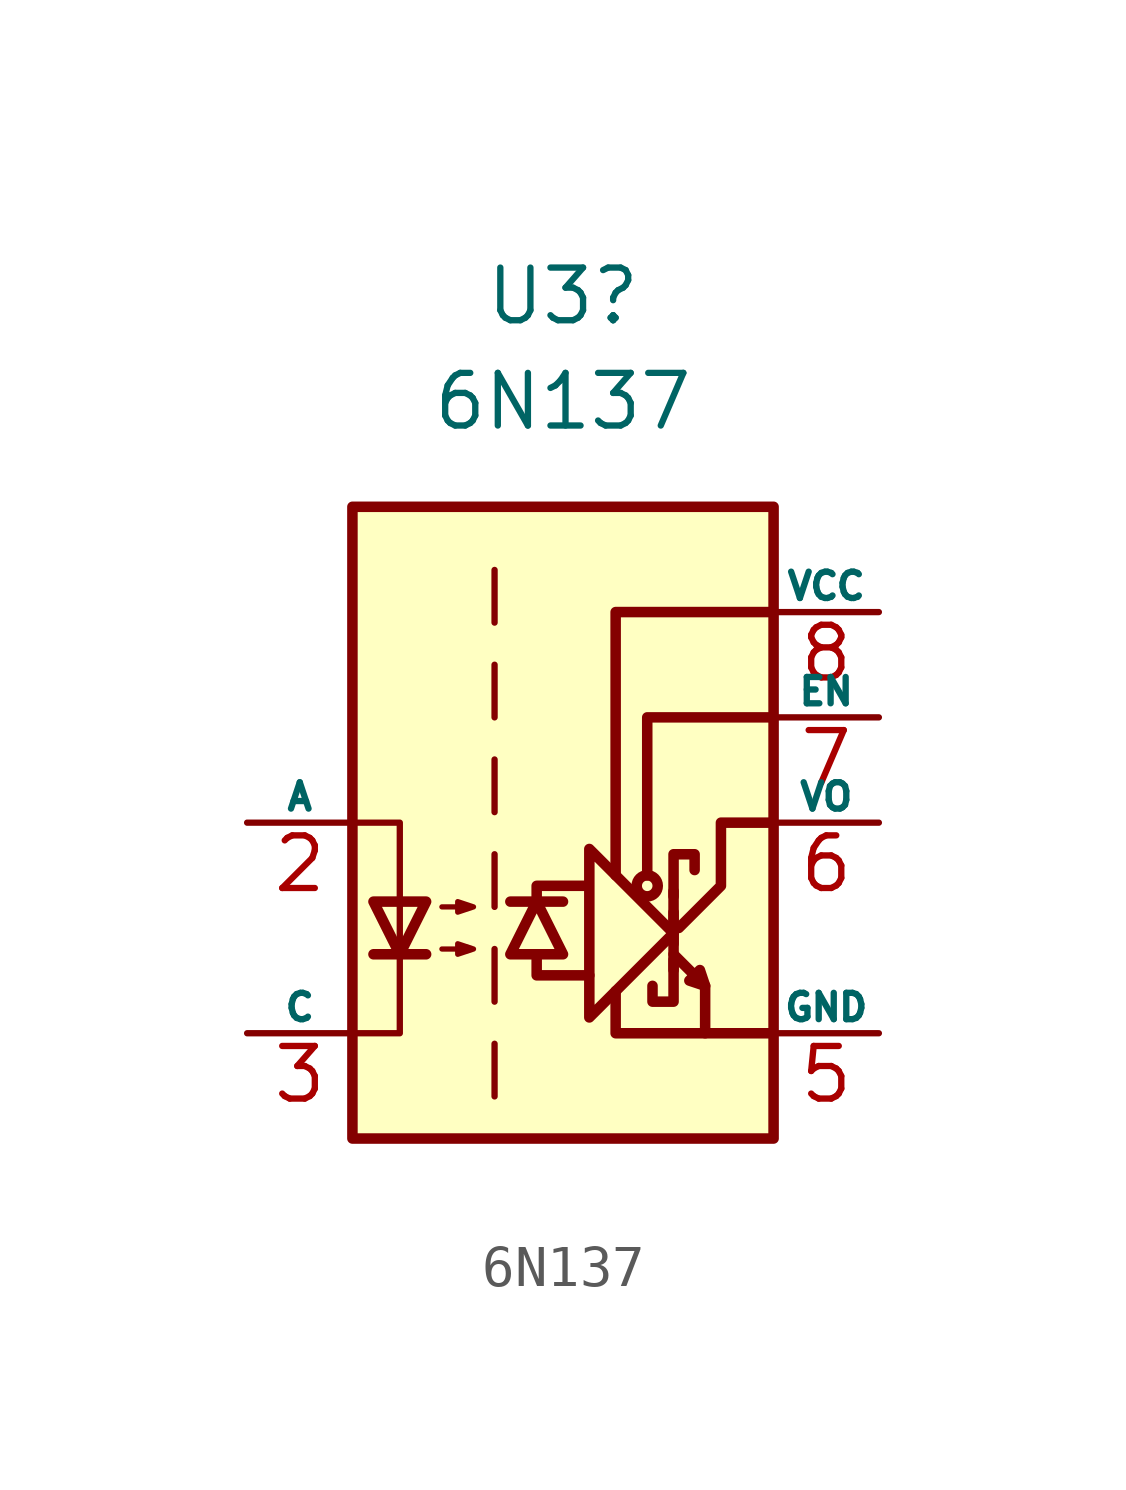
<source format=kicad_sym>
(kicad_symbol_lib
  (version 20211014)
  (generator kicad_symbol_editor)
  (symbol "6N137"
    (pin_names
      (offset 0))
    (property "Reference" "U3"
      (at 0 12.7 0)
      (effects (font (size 1.27 1.27))))
    (property "Value" "6N137"
      (at 0 10.16 0)
      (effects (font (size 1.27 1.27))))
    (symbol "6N137_0_1"
      (polyline (pts (xy 2.667 -3.556) (xy 2.667 -1.651)) (stroke (width 0.254) (type default) (color 0 0 0 0)) (fill (type none)))
      (polyline (pts (xy 2.667 -2.159) (xy 2.667 -2.921)) (stroke (width 0.254) (type default) (color 0 0 0 0)) (fill (type none)))
      (polyline (pts (xy 3.429 -3.937) (xy 3.429 -5.08)) (stroke (width 0.254) (type default) (color 0 0 0 0)) (fill (type none)))
      (polyline (pts (xy -0.635 -3.302) (xy -0.635 -3.683) (xy 0.635 -3.683)) (stroke (width 0.254) (type default) (color 0 0 0 0)) (fill (type none)))
      (polyline (pts (xy -0.635 -1.905) (xy -0.635 -1.524) (xy 0.508 -1.524)) (stroke (width 0.254) (type default) (color 0 0 0 0)) (fill (type none)))
      (polyline (pts (xy 1.27 -4.064) (xy 1.27 -5.08) (xy 5.08 -5.08)) (stroke (width 0.254) (type default) (color 0 0 0 0)) (fill (type none)))
      (polyline (pts (xy 1.27 -1.27) (xy 1.27 5.08) (xy 5.08 5.08)) (stroke (width 0.254) (type default) (color 0 0 0 0)) (fill (type none)))
      (polyline (pts (xy 2.032 -1.27) (xy 2.032 2.54) (xy 5.08 2.54)) (stroke (width 0.254) (type default) (color 0 0 0 0)) (fill (type none)))
      (polyline (pts (xy -5.08 -5.08) (xy -3.937 -5.08) (xy -3.937 0) (xy -5.08 0)) (stroke (width 0) (type default) (color 0 0 0 0)) (fill (type none)))
      (polyline (pts (xy 2.667 -3.302) (xy 2.667 -4.318) (xy 2.159 -4.318) (xy 2.159 -3.937)) (stroke (width 0.254) (type default) (color 0 0 0 0)) (fill (type none)))
      (polyline (pts (xy 2.667 -2.667) (xy 0.635 -4.699) (xy 0.635 -0.635) (xy 2.667 -2.667)) (stroke (width 0.254) (type default) (color 0 0 0 0)) (fill (type none)))
      (polyline (pts (xy 2.667 -1.778) (xy 2.667 -0.762) (xy 3.175 -0.762) (xy 3.175 -1.143)) (stroke (width 0.254) (type default) (color 0 0 0 0)) (fill (type none)))
      (polyline (pts (xy 2.794 -2.54) (xy 3.81 -1.524) (xy 3.81 0) (xy 5.08 0)) (stroke (width 0.254) (type default) (color 0 0 0 0)) (fill (type none)))
      (polyline (pts (xy 2.667 -3.175) (xy 3.429 -3.937) (xy 3.302 -3.556) (xy 3.048 -3.81) (xy 3.429 -3.937)) (stroke (width 0.254) (type default) (color 0 0 0 0)) (fill (type none)))
      (circle (center 2.032 -1.524) (radius 0.254) (stroke (width 0.254) (type default) (color 0 0 0 0)) (fill (type none))))
    (symbol "6N137_1_1"
      (rectangle (start -5.08 7.62) (end 5.08 -7.62) (stroke (width 0.254) (type default) (color 0 0 0 0)) (fill (type background)))
      (polyline (pts (xy -4.572 -3.175) (xy -3.302 -3.175)) (stroke (width 0.254) (type default) (color 0 0 0 0)) (fill (type none)))
      (polyline (pts (xy -1.651 -5.334) (xy -1.651 -6.604)) (stroke (width 0) (type default) (color 0 0 0 0)) (fill (type none)))
      (polyline (pts (xy -1.651 -3.048) (xy -1.651 -4.318)) (stroke (width 0) (type default) (color 0 0 0 0)) (fill (type none)))
      (polyline (pts (xy -1.651 -0.762) (xy -1.651 -2.032)) (stroke (width 0) (type default) (color 0 0 0 0)) (fill (type none)))
      (polyline (pts (xy -1.651 1.524) (xy -1.651 0.254)) (stroke (width 0) (type default) (color 0 0 0 0)) (fill (type none)))
      (polyline (pts (xy -1.651 3.81) (xy -1.651 2.54)) (stroke (width 0) (type default) (color 0 0 0 0)) (fill (type none)))
      (polyline (pts (xy -1.651 6.096) (xy -1.651 4.826)) (stroke (width 0) (type default) (color 0 0 0 0)) (fill (type none)))
      (polyline (pts (xy -1.27 -1.905) (xy 0 -1.905)) (stroke (width 0.254) (type default) (color 0 0 0 0)) (fill (type none)))
      (polyline (pts (xy -3.937 -3.175) (xy -4.572 -1.905) (xy -3.302 -1.905) (xy -3.937 -3.175)) (stroke (width 0.254) (type default) (color 0 0 0 0)) (fill (type none)))
      (polyline (pts (xy -0.635 -1.905) (xy -1.27 -3.175) (xy 0 -3.175) (xy -0.635 -1.905)) (stroke (width 0.254) (type default) (color 0 0 0 0)) (fill (type none)))
      (polyline (pts (xy -2.921 -3.048) (xy -2.159 -3.048) (xy -2.54 -3.175) (xy -2.54 -2.921) (xy -2.159 -3.048)) (stroke (width 0.127) (type default) (color 0 0 0 0)) (fill (type none)))
      (polyline (pts (xy -2.921 -2.032) (xy -2.159 -2.032) (xy -2.54 -2.159) (xy -2.54 -1.905) (xy -2.159 -2.032)) (stroke (width 0.127) (type default) (color 0 0 0 0)) (fill (type none)))
      (pin no_connect line (at -5.08 5.08 0) (length 2.54) hide (name "NC" (effects (font (size 0.635 0.635)))) (number "1" (effects (font (size 1.27 1.27)))))
      (pin passive line (at -7.62 0 0) (length 2.54) (name "A" (effects (font (size 0.635 0.635)))) (number "2" (effects (font (size 1.27 1.27)))))
      (pin passive line (at -7.62 -5.08 0) (length 2.54) (name "C" (effects (font (size 0.635 0.635)))) (number "3" (effects (font (size 1.27 1.27)))))
      (pin no_connect line (at -5.08 2.54 0) (length 2.54) hide (name "NC" (effects (font (size 0.635 0.635)))) (number "4" (effects (font (size 1.27 1.27)))))
      (pin power_in line (at 7.62 -5.08 180) (length 2.54) (name "GND" (effects (font (size 0.635 0.635)))) (number "5" (effects (font (size 1.27 1.27)))))
      (pin open_collector line (at 7.62 0 180) (length 2.54) (name "VO" (effects (font (size 0.635 0.635)))) (number "6" (effects (font (size 1.27 1.27)))))
      (pin input line (at 7.62 2.54 180) (length 2.54) (name "EN" (effects (font (size 0.635 0.635)))) (number "7" (effects (font (size 1.27 1.27)))))
      (pin power_in line (at 7.62 5.08 180) (length 2.54) (name "VCC" (effects (font (size 0.635 0.635)))) (number "8" (effects (font (size 1.27 1.27))))))))
</source>
